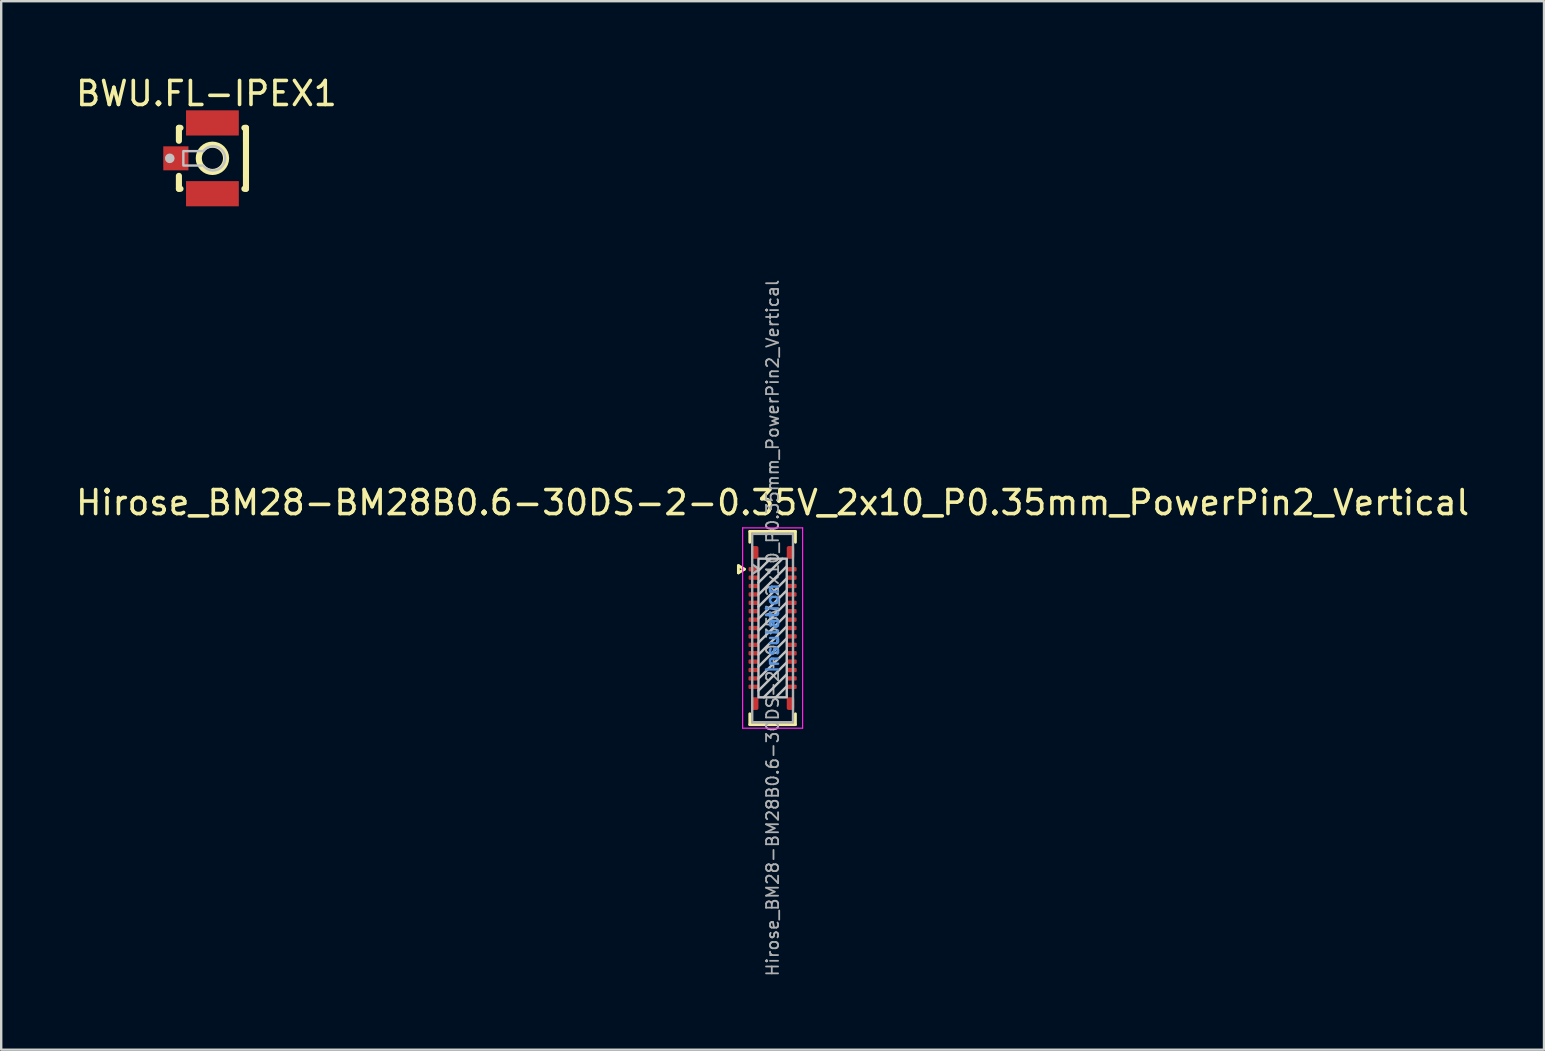
<source format=kicad_pcb>
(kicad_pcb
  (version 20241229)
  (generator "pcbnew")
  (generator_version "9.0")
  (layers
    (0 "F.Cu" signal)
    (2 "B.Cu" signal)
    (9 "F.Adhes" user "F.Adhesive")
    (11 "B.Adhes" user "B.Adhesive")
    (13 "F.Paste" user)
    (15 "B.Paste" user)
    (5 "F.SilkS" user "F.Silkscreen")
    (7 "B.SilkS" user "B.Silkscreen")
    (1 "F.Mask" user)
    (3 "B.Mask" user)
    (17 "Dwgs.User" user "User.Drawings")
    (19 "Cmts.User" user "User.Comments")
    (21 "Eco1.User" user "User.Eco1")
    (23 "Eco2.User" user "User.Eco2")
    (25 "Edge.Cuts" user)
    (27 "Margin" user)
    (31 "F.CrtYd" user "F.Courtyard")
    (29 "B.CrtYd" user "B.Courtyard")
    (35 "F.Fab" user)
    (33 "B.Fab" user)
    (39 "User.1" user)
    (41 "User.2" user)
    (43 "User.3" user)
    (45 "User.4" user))
  (footprint "BWU.FL-IPEX1"
    (layer "F.Cu")
    (at 5.041 3.548)
    (property "Reference" "BWU.FL-IPEX1" (at 0.512 -2.7 0) (layer "F.SilkS") (effects (font (size 1 1) (thickness 0.15))))
    (fp_line (start -0.635 -1.27) (end -0.635 -0.731) (stroke (width 0.254) (type default)) (layer "F.SilkS"))
    (fp_line (start -0.635 0.731) (end -0.635 1.27) (stroke (width 0.254) (type default)) (layer "F.SilkS"))
    (fp_line (start -0.635 1.27) (end -0.569 1.27) (stroke (width 0.254) (type default)) (layer "F.SilkS"))
    (fp_line (start -0.569 -1.27) (end -0.635 -1.27) (stroke (width 0.254) (type default)) (layer "F.SilkS"))
    (fp_line (start 2.094 1.27) (end 2.16 1.27) (stroke (width 0.254) (type default)) (layer "F.SilkS"))
    (fp_line (start 2.16 -1.27) (end 2.094 -1.27) (stroke (width 0.254) (type default)) (layer "F.SilkS"))
    (fp_line (start 2.16 -0.731) (end 2.16 -1.27) (stroke (width 0.254) (type default)) (layer "F.SilkS"))
    (fp_line (start 2.16 -0.731) (end 2.16 0.731) (stroke (width 0.254) (type default)) (layer "F.SilkS"))
    (fp_line (start 2.16 1.27) (end 2.16 0.731) (stroke (width 0.254) (type default)) (layer "F.SilkS"))
    (fp_circle (center 0.762 0) (end 1.331 0) (stroke (width 0.254) (type default)) (fill no) (layer "F.SilkS"))
    (fp_circle (center -1.016 0) (end -0.915 0) (stroke (width 0.2) (type default)) (fill no) (layer "Dwgs.User"))
    (fp_poly (pts (arc (start 1.2935 0) (mid 1.14471 0.35921) (end 0.7855 0.508)) (arc (start 0.7855 0.508) (mid 0.561144 0.450823) (end 0.3855 0.3)) (xy -0.45 0.3) (xy -0.45 -0.3) (arc (start 0.3855 -0.3) (mid 0.561173 -0.450767) (end 0.7855 -0.508)) (arc (start 0.7855 -0.508) (mid 1.14471 -0.35921) (end 1.2935 0))) (stroke (width 0.1) (type default)) (fill no) (layer "Dwgs.User"))
    (fp_poly (pts (xy -0.438 -0.3) (xy -0.438 0.3) (xy -0.787 0.3) (xy -0.787 -0.3)) (stroke (width 0.1) (type default)) (fill no) (layer "User.1"))
    (fp_poly (pts (xy 1.663 -1.1) (xy -0.138 -1.1) (xy -0.138 -1.5) (xy 1.663 -1.5)) (stroke (width 0.1) (type default)) (fill no) (layer "User.1"))
    (fp_poly (pts (xy 1.663 1.5) (xy -0.138 1.5) (xy -0.138 1.1) (xy 1.663 1.1)) (stroke (width 0.1) (type default)) (fill no) (layer "User.1"))
    (fp_poly (pts (xy 2 -0.3) (xy 2.312 -0.3) (xy 2.312 0.3) (xy 2 0.3)) (stroke (width 0.1) (type default)) (fill no) (layer "User.1"))
    (fp_poly (pts (arc (start 1.2935 0) (mid 1.14471 0.35921) (end 0.7855 0.508)) (arc (start 0.7855 0.508) (mid 0.561144 0.450823) (end 0.3855 0.3)) (xy -0.45 0.3) (xy -0.45 -0.3) (arc (start 0.3855 -0.3) (mid 0.561173 -0.450767) (end 0.7855 -0.508)) (arc (start 0.7855 -0.508) (mid 1.14471 -0.35921) (end 1.2935 0))) (stroke (width 0.1) (type default)) (fill no) (layer "User.1"))
    (fp_line (start -0.537 -1.3) (end 2.062 -1.3) (stroke (width 0.051) (type default)) (layer "User.2"))
    (fp_line (start -0.537 1.3) (end -0.537 -1.3) (stroke (width 0.051) (type default)) (layer "User.2"))
    (fp_line (start 2.062 -1.3) (end 2.062 1.3) (stroke (width 0.051) (type default)) (layer "User.2"))
    (fp_line (start 2.062 1.3) (end -0.537 1.3) (stroke (width 0.051) (type default)) (layer "User.2"))
    (fp_poly (pts (xy -0.728 1.5) (xy -0.745 1.458) (xy -0.787 1.44) (xy -0.83 1.458) (xy -0.848 1.5) (xy -0.83 1.542) (xy -0.787 1.56) (xy -0.745 1.542)) (stroke (width 0.1) (type default)) (fill no) (layer "User.3"))
    (pad "1" smd rect (at -0.762 0 180) (size 1.05 1) (layers "F.Cu" "F.Mask" "F.Paste"))
    (pad "2" smd rect (at 0.762 -1.475 180) (size 2.2 1.05) (layers "F.Cu" "F.Mask" "F.Paste"))
    (pad "2" smd rect (at 0.762 1.475 180) (size 2.2 1.05) (layers "F.Cu" "F.Mask" "F.Paste")))
  (footprint "Hirose_BM28-BM28B0.6-30DS-2-0.35V_2x10_P0.35mm_PowerPin2_Vertical"
    (layer "F.Cu")
    (at 29.149 23.123)
    (property "Reference" "Hirose_BM28-BM28B0.6-30DS-2-0.35V_2x10_P0.35mm_PowerPin2_Vertical" (at 0 -5.225 0) (layer "F.SilkS") (effects (font (size 1 1) (thickness 0.15))))
    (attr smd)
    (fp_line (start -1.425 -2.6) (end -1.175 -2.45) (stroke (width 0.12) (type solid)) (layer "F.SilkS"))
    (fp_line (start -1.425 -2.3) (end -1.425 -2.6) (stroke (width 0.12) (type solid)) (layer "F.SilkS"))
    (fp_line (start -1.175 -2.45) (end -1.425 -2.3) (stroke (width 0.12) (type solid)) (layer "F.SilkS"))
    (fp_line (start -0.95 -4.025) (end -0.95 -3.575) (stroke (width 0.12) (type solid)) (layer "F.SilkS"))
    (fp_line (start -0.95 -4.025) (end 0.95 -4.025) (stroke (width 0.12) (type solid)) (layer "F.SilkS"))
    (fp_line (start -0.95 4.025) (end -0.95 3.575) (stroke (width 0.12) (type solid)) (layer "F.SilkS"))
    (fp_line (start -0.95 4.025) (end 0.95 4.025) (stroke (width 0.12) (type solid)) (layer "F.SilkS"))
    (fp_line (start 0.95 -4.025) (end 0.95 -3.575) (stroke (width 0.12) (type solid)) (layer "F.SilkS"))
    (fp_line (start 0.95 4.025) (end 0.95 3.575) (stroke (width 0.12) (type solid)) (layer "F.SilkS"))
    (fp_line (start -0.59 -1.39) (end 0.59 -2.57) (stroke (width 0.1) (type solid)) (layer "Dwgs.User"))
    (fp_line (start -0.59 -0.89) (end 0.59 -2.07) (stroke (width 0.1) (type solid)) (layer "Dwgs.User"))
    (fp_line (start -0.59 -0.39) (end 0.59 -1.57) (stroke (width 0.1) (type solid)) (layer "Dwgs.User"))
    (fp_line (start -0.59 0.11) (end 0.59 -1.07) (stroke (width 0.1) (type solid)) (layer "Dwgs.User"))
    (fp_line (start -0.59 0.61) (end 0.59 -0.57) (stroke (width 0.1) (type solid)) (layer "Dwgs.User"))
    (fp_line (start -0.59 1.11) (end 0.59 -0.07) (stroke (width 0.1) (type solid)) (layer "Dwgs.User"))
    (fp_line (start -0.59 1.61) (end 0.59 0.43) (stroke (width 0.1) (type solid)) (layer "Dwgs.User"))
    (fp_line (start -0.59 2.11) (end 0.59 0.93) (stroke (width 0.1) (type solid)) (layer "Dwgs.User"))
    (fp_line (start -0.59 2.61) (end 0.59 1.43) (stroke (width 0.1) (type solid)) (layer "Dwgs.User"))
    (fp_line (start -0.37 2.89) (end 0.59 1.93) (stroke (width 0.1) (type solid)) (layer "Dwgs.User"))
    (fp_line (start -0.09 -2.89) (end -0.59 -2.39) (stroke (width 0.1) (type solid)) (layer "Dwgs.User"))
    (fp_line (start 0.41 -2.89) (end -0.59 -1.89) (stroke (width 0.1) (type solid)) (layer "Dwgs.User"))
    (fp_line (start 0.59 2.43) (end 0.13 2.89) (stroke (width 0.1) (type solid)) (layer "Dwgs.User"))
    (fp_rect (start -0.59 -2.89) (end 0.59 2.89) (stroke (width 0.1) (type solid)) (fill no) (layer "Dwgs.User"))
    (fp_line (start -1.25 -4.175) (end 1.25 -4.175) (stroke (width 0.05) (type solid)) (layer "F.CrtYd"))
    (fp_line (start -1.25 4.175) (end -1.25 -4.175) (stroke (width 0.05) (type solid)) (layer "F.CrtYd"))
    (fp_line (start 1.25 -4.175) (end 1.25 4.175) (stroke (width 0.05) (type solid)) (layer "F.CrtYd"))
    (fp_line (start 1.25 4.175) (end -1.25 4.175) (stroke (width 0.05) (type solid)) (layer "F.CrtYd"))
    (fp_line (start -0.85 -3.925) (end -0.85 3.925) (stroke (width 0.1) (type solid)) (layer "F.Fab"))
    (fp_line (start -0.85 -3.925) (end 0.85 -3.925) (stroke (width 0.1) (type solid)) (layer "F.Fab"))
    (fp_line (start -0.85 -2.65) (end -0.55 -2.45) (stroke (width 0.1) (type solid)) (layer "F.Fab"))
    (fp_line (start -0.85 3.925) (end 0.85 3.925) (stroke (width 0.1) (type solid)) (layer "F.Fab"))
    (fp_line (start -0.55 -2.45) (end -0.85 -2.25) (stroke (width 0.1) (type solid)) (layer "F.Fab"))
    (fp_line (start 0.85 -3.925) (end 0.85 3.925) (stroke (width 0.1) (type solid)) (layer "F.Fab"))
    (fp_text user "Insulation" (at 0 0 90) (unlocked yes) (layer "Cmts.User") (effects (font (size 0.5 0.5) (thickness 0.1))))
    (fp_text user "${REFERENCE}" (at 0 0 90) (layer "F.Fab") (effects (font (size 0.5 0.5) (thickness 0.075))))
    (pad "1" smd roundrect (at -0.795 -2.45 90) (size 0.18 0.41) (layers "F.Cu" "F.Mask" "F.Paste") (roundrect_rratio 0.25))
    (pad "2" smd roundrect (at 0.795 -2.45 90) (size 0.18 0.41) (layers "F.Cu" "F.Mask" "F.Paste") (roundrect_rratio 0.25))
    (pad "3" smd roundrect (at -0.795 -2.1 90) (size 0.18 0.41) (layers "F.Cu" "F.Mask" "F.Paste") (roundrect_rratio 0.25))
    (pad "4" smd roundrect (at 0.795 -2.1 90) (size 0.18 0.41) (layers "F.Cu" "F.Mask" "F.Paste") (roundrect_rratio 0.25))
    (pad "5" smd roundrect (at -0.795 -1.75 90) (size 0.18 0.41) (layers "F.Cu" "F.Mask" "F.Paste") (roundrect_rratio 0.25))
    (pad "6" smd roundrect (at 0.795 -1.75 90) (size 0.18 0.41) (layers "F.Cu" "F.Mask" "F.Paste") (roundrect_rratio 0.25))
    (pad "7" smd roundrect (at -0.795 -1.4 90) (size 0.18 0.41) (layers "F.Cu" "F.Mask" "F.Paste") (roundrect_rratio 0.25))
    (pad "8" smd roundrect (at 0.795 -1.4 90) (size 0.18 0.41) (layers "F.Cu" "F.Mask" "F.Paste") (roundrect_rratio 0.25))
    (pad "9" smd roundrect (at -0.795 -1.05 90) (size 0.18 0.41) (layers "F.Cu" "F.Mask" "F.Paste") (roundrect_rratio 0.25))
    (pad "10" smd roundrect (at 0.795 -1.05 90) (size 0.18 0.41) (layers "F.Cu" "F.Mask" "F.Paste") (roundrect_rratio 0.25))
    (pad "11" smd roundrect (at -0.795 -0.7 90) (size 0.18 0.41) (layers "F.Cu" "F.Mask" "F.Paste") (roundrect_rratio 0.25))
    (pad "12" smd roundrect (at 0.795 -0.7 90) (size 0.18 0.41) (layers "F.Cu" "F.Mask" "F.Paste") (roundrect_rratio 0.25))
    (pad "13" smd roundrect (at -0.795 -0.35 90) (size 0.18 0.41) (layers "F.Cu" "F.Mask" "F.Paste") (roundrect_rratio 0.25))
    (pad "14" smd roundrect (at 0.795 -0.35 90) (size 0.18 0.41) (layers "F.Cu" "F.Mask" "F.Paste") (roundrect_rratio 0.25))
    (pad "15" smd roundrect (at -0.795 0 90) (size 0.18 0.41) (layers "F.Cu" "F.Mask" "F.Paste") (roundrect_rratio 0.25))
    (pad "16" smd roundrect (at 0.795 0 90) (size 0.18 0.41) (layers "F.Cu" "F.Mask" "F.Paste") (roundrect_rratio 0.25))
    (pad "17" smd roundrect (at -0.8 0.35 90) (size 0.18 0.41) (layers "F.Cu" "F.Mask" "F.Paste") (roundrect_rratio 0.25))
    (pad "18" smd roundrect (at 0.8 0.35 90) (size 0.18 0.41) (layers "F.Cu" "F.Mask" "F.Paste") (roundrect_rratio 0.25))
    (pad "19" smd roundrect (at -0.8 0.7 90) (size 0.18 0.41) (layers "F.Cu" "F.Mask" "F.Paste") (roundrect_rratio 0.25))
    (pad "20" smd roundrect (at 0.8 0.7 90) (size 0.18 0.41) (layers "F.Cu" "F.Mask" "F.Paste") (roundrect_rratio 0.25))
    (pad "21" smd roundrect (at -0.8 1.05 90) (size 0.18 0.41) (layers "F.Cu" "F.Mask" "F.Paste") (roundrect_rratio 0.25))
    (pad "22" smd roundrect (at 0.8 1.05 90) (size 0.18 0.41) (layers "F.Cu" "F.Mask" "F.Paste") (roundrect_rratio 0.25))
    (pad "23" smd roundrect (at -0.8 1.4 90) (size 0.18 0.41) (layers "F.Cu" "F.Mask" "F.Paste") (roundrect_rratio 0.25))
    (pad "24" smd roundrect (at 0.8 1.4 90) (size 0.18 0.41) (layers "F.Cu" "F.Mask" "F.Paste") (roundrect_rratio 0.25))
    (pad "25" smd roundrect (at -0.8 1.75 90) (size 0.18 0.41) (layers "F.Cu" "F.Mask" "F.Paste") (roundrect_rratio 0.25))
    (pad "26" smd roundrect (at 0.8 1.75 90) (size 0.18 0.41) (layers "F.Cu" "F.Mask" "F.Paste") (roundrect_rratio 0.25))
    (pad "27" smd roundrect (at -0.8 2.1 90) (size 0.18 0.41) (layers "F.Cu" "F.Mask" "F.Paste") (roundrect_rratio 0.25))
    (pad "28" smd roundrect (at 0.8 2.1 90) (size 0.18 0.41) (layers "F.Cu" "F.Mask" "F.Paste") (roundrect_rratio 0.25))
    (pad "29" smd roundrect (at -0.8 2.45 90) (size 0.18 0.41) (layers "F.Cu" "F.Mask" "F.Paste") (roundrect_rratio 0.25))
    (pad "30" smd roundrect (at 0.8 2.45 90) (size 0.18 0.41) (layers "F.Cu" "F.Mask" "F.Paste") (roundrect_rratio 0.25))
    (pad "31" smd roundrect (at -0.745 -3.15 90) (size 0.53 0.31) (layers "F.Cu" "F.Mask" "F.Paste") (roundrect_rratio 0.25))
    (pad "31" smd roundrect (at 0.745 -3.15 90) (size 0.53 0.31) (layers "F.Cu" "F.Mask" "F.Paste") (roundrect_rratio 0.25))
    (pad "32" smd roundrect (at -0.745 3.15 90) (size 0.53 0.31) (layers "F.Cu" "F.Mask" "F.Paste") (roundrect_rratio 0.25))
    (pad "32" smd roundrect (at 0.745 3.15 90) (size 0.53 0.31) (layers "F.Cu" "F.Mask" "F.Paste") (roundrect_rratio 0.25)))
  (gr_rect
    (start -3 -3)
    (end 61.298 40.697)
    (stroke (width 0.1) (type default))
    (fill no)
    (layer "Edge.Cuts")))
</source>
